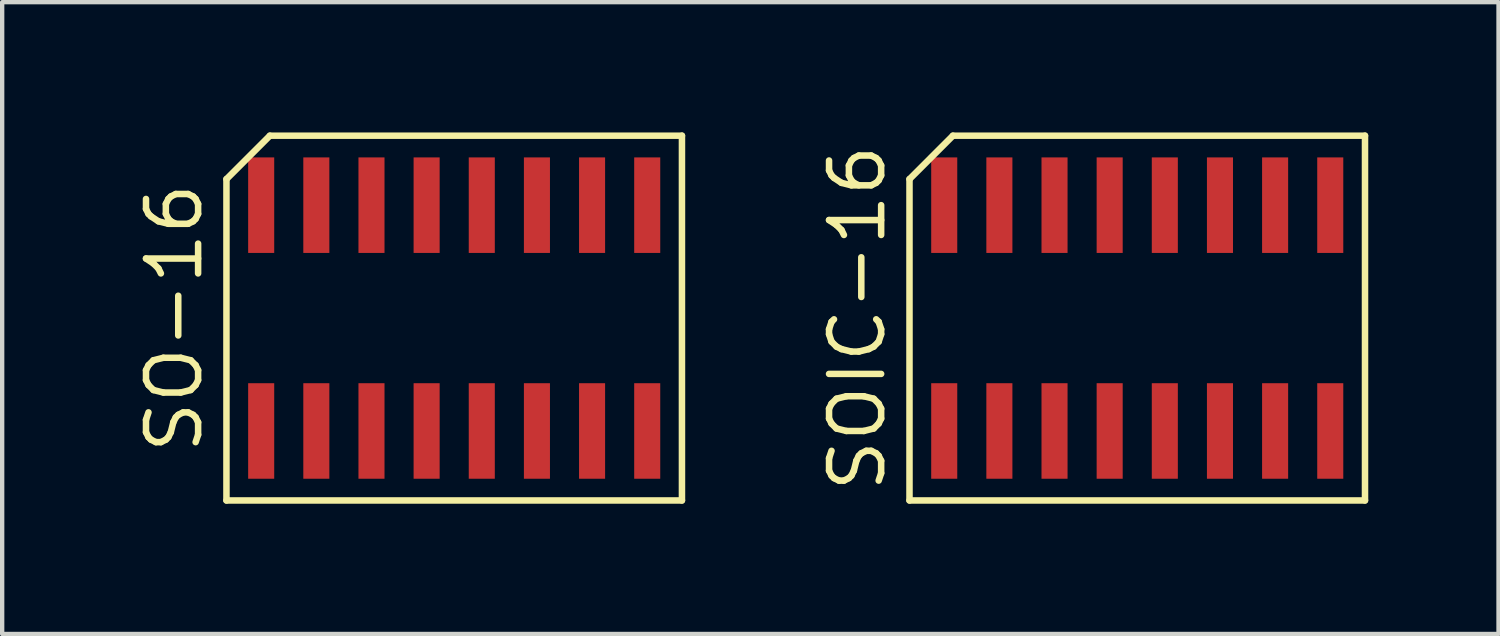
<source format=kicad_pcb>
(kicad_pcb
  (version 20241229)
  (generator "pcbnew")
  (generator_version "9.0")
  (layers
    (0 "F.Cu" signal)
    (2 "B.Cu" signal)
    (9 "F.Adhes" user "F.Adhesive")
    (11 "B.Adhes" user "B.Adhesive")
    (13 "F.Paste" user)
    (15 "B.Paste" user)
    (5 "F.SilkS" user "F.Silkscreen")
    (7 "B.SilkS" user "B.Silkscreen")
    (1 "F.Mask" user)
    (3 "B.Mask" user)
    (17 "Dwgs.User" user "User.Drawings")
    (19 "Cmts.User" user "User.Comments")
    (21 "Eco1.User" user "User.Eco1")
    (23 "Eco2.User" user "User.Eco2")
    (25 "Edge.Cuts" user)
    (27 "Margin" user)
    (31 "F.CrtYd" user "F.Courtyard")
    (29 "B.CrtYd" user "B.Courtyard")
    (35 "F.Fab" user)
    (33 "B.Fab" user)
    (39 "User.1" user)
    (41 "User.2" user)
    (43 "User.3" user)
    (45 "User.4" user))
  (footprint "SO-16"
    (layer "F.Cu")
    (at 7.41 4.275)
    (property "Reference" "SO-16" (at -6.445 0 90) (layer "F.SilkS") (effects (font (size 1.2 1.2) (thickness 0.15))))
    (attr through_hole)
    (fp_line (start -5.245 -3.2) (end -5.245 4.2) (stroke (width 0.15) (type solid)) (layer "F.SilkS"))
    (fp_line (start -5.245 4.2) (end 5.245 4.2) (stroke (width 0.15) (type solid)) (layer "F.SilkS"))
    (fp_line (start -4.245 -4.2) (end -5.245 -3.2) (stroke (width 0.15) (type solid)) (layer "F.SilkS"))
    (fp_line (start 5.245 -4.2) (end -4.245 -4.2) (stroke (width 0.15) (type solid)) (layer "F.SilkS"))
    (fp_line (start 5.245 4.2) (end 5.245 -4.2) (stroke (width 0.15) (type solid)) (layer "F.SilkS"))
    (pad "1" smd rect (at -4.445 2.6) (size 0.6 2.2) (layers "F.Cu" "F.Mask" "F.Paste"))
    (pad "2" smd rect (at -3.175 2.6) (size 0.6 2.2) (layers "F.Cu" "F.Mask" "F.Paste"))
    (pad "3" smd rect (at -1.905 2.6) (size 0.6 2.2) (layers "F.Cu" "F.Mask" "F.Paste"))
    (pad "4" smd rect (at -0.635 2.6) (size 0.6 2.2) (layers "F.Cu" "F.Mask" "F.Paste"))
    (pad "5" smd rect (at 0.635 2.6) (size 0.6 2.2) (layers "F.Cu" "F.Mask" "F.Paste"))
    (pad "6" smd rect (at 1.905 2.6) (size 0.6 2.2) (layers "F.Cu" "F.Mask" "F.Paste"))
    (pad "7" smd rect (at 3.175 2.6) (size 0.6 2.2) (layers "F.Cu" "F.Mask" "F.Paste"))
    (pad "8" smd rect (at 4.445 2.6) (size 0.6 2.2) (layers "F.Cu" "F.Mask" "F.Paste"))
    (pad "9" smd rect (at 4.445 -2.6) (size 0.6 2.2) (layers "F.Cu" "F.Mask" "F.Paste"))
    (pad "10" smd rect (at 3.175 -2.6) (size 0.6 2.2) (layers "F.Cu" "F.Mask" "F.Paste"))
    (pad "11" smd rect (at 1.905 -2.6) (size 0.6 2.2) (layers "F.Cu" "F.Mask" "F.Paste"))
    (pad "12" smd rect (at 0.635 -2.6) (size 0.6 2.2) (layers "F.Cu" "F.Mask" "F.Paste"))
    (pad "13" smd rect (at -0.635 -2.6) (size 0.6 2.2) (layers "F.Cu" "F.Mask" "F.Paste"))
    (pad "14" smd rect (at -1.905 -2.6) (size 0.6 2.2) (layers "F.Cu" "F.Mask" "F.Paste"))
    (pad "15" smd rect (at -3.175 -2.6) (size 0.6 2.2) (layers "F.Cu" "F.Mask" "F.Paste"))
    (pad "16" smd rect (at -4.445 -2.6) (size 0.6 2.2) (layers "F.Cu" "F.Mask" "F.Paste")))
  (footprint "SOIC-16"
    (layer "F.Cu")
    (at 23.14 4.275)
    (property "Reference" "SOIC-16" (at -6.445 0 90) (layer "F.SilkS") (effects (font (size 1.2 1.2) (thickness 0.15))))
    (attr through_hole)
    (fp_line (start -5.245 -3.2) (end -5.245 4.2) (stroke (width 0.15) (type solid)) (layer "F.SilkS"))
    (fp_line (start -5.245 4.2) (end 5.245 4.2) (stroke (width 0.15) (type solid)) (layer "F.SilkS"))
    (fp_line (start -4.245 -4.2) (end -5.245 -3.2) (stroke (width 0.15) (type solid)) (layer "F.SilkS"))
    (fp_line (start 5.245 -4.2) (end -4.245 -4.2) (stroke (width 0.15) (type solid)) (layer "F.SilkS"))
    (fp_line (start 5.245 4.2) (end 5.245 -4.2) (stroke (width 0.15) (type solid)) (layer "F.SilkS"))
    (pad "1" smd rect (at -4.445 2.6) (size 0.6 2.2) (layers "F.Cu" "F.Mask" "F.Paste"))
    (pad "2" smd rect (at -3.175 2.6) (size 0.6 2.2) (layers "F.Cu" "F.Mask" "F.Paste"))
    (pad "3" smd rect (at -1.905 2.6) (size 0.6 2.2) (layers "F.Cu" "F.Mask" "F.Paste"))
    (pad "4" smd rect (at -0.635 2.6) (size 0.6 2.2) (layers "F.Cu" "F.Mask" "F.Paste"))
    (pad "5" smd rect (at 0.635 2.6) (size 0.6 2.2) (layers "F.Cu" "F.Mask" "F.Paste"))
    (pad "6" smd rect (at 1.905 2.6) (size 0.6 2.2) (layers "F.Cu" "F.Mask" "F.Paste"))
    (pad "7" smd rect (at 3.175 2.6) (size 0.6 2.2) (layers "F.Cu" "F.Mask" "F.Paste"))
    (pad "8" smd rect (at 4.445 2.6) (size 0.6 2.2) (layers "F.Cu" "F.Mask" "F.Paste"))
    (pad "9" smd rect (at 4.445 -2.6) (size 0.6 2.2) (layers "F.Cu" "F.Mask" "F.Paste"))
    (pad "10" smd rect (at 3.175 -2.6) (size 0.6 2.2) (layers "F.Cu" "F.Mask" "F.Paste"))
    (pad "11" smd rect (at 1.905 -2.6) (size 0.6 2.2) (layers "F.Cu" "F.Mask" "F.Paste"))
    (pad "12" smd rect (at 0.635 -2.6) (size 0.6 2.2) (layers "F.Cu" "F.Mask" "F.Paste"))
    (pad "13" smd rect (at -0.635 -2.6) (size 0.6 2.2) (layers "F.Cu" "F.Mask" "F.Paste"))
    (pad "14" smd rect (at -1.905 -2.6) (size 0.6 2.2) (layers "F.Cu" "F.Mask" "F.Paste"))
    (pad "15" smd rect (at -3.175 -2.6) (size 0.6 2.2) (layers "F.Cu" "F.Mask" "F.Paste"))
    (pad "16" smd rect (at -4.445 -2.6) (size 0.6 2.2) (layers "F.Cu" "F.Mask" "F.Paste")))
  (gr_rect
    (start -3 -3)
    (end 31.46 11.55)
    (stroke (width 0.1) (type default))
    (fill no)
    (layer "Edge.Cuts")))
</source>
